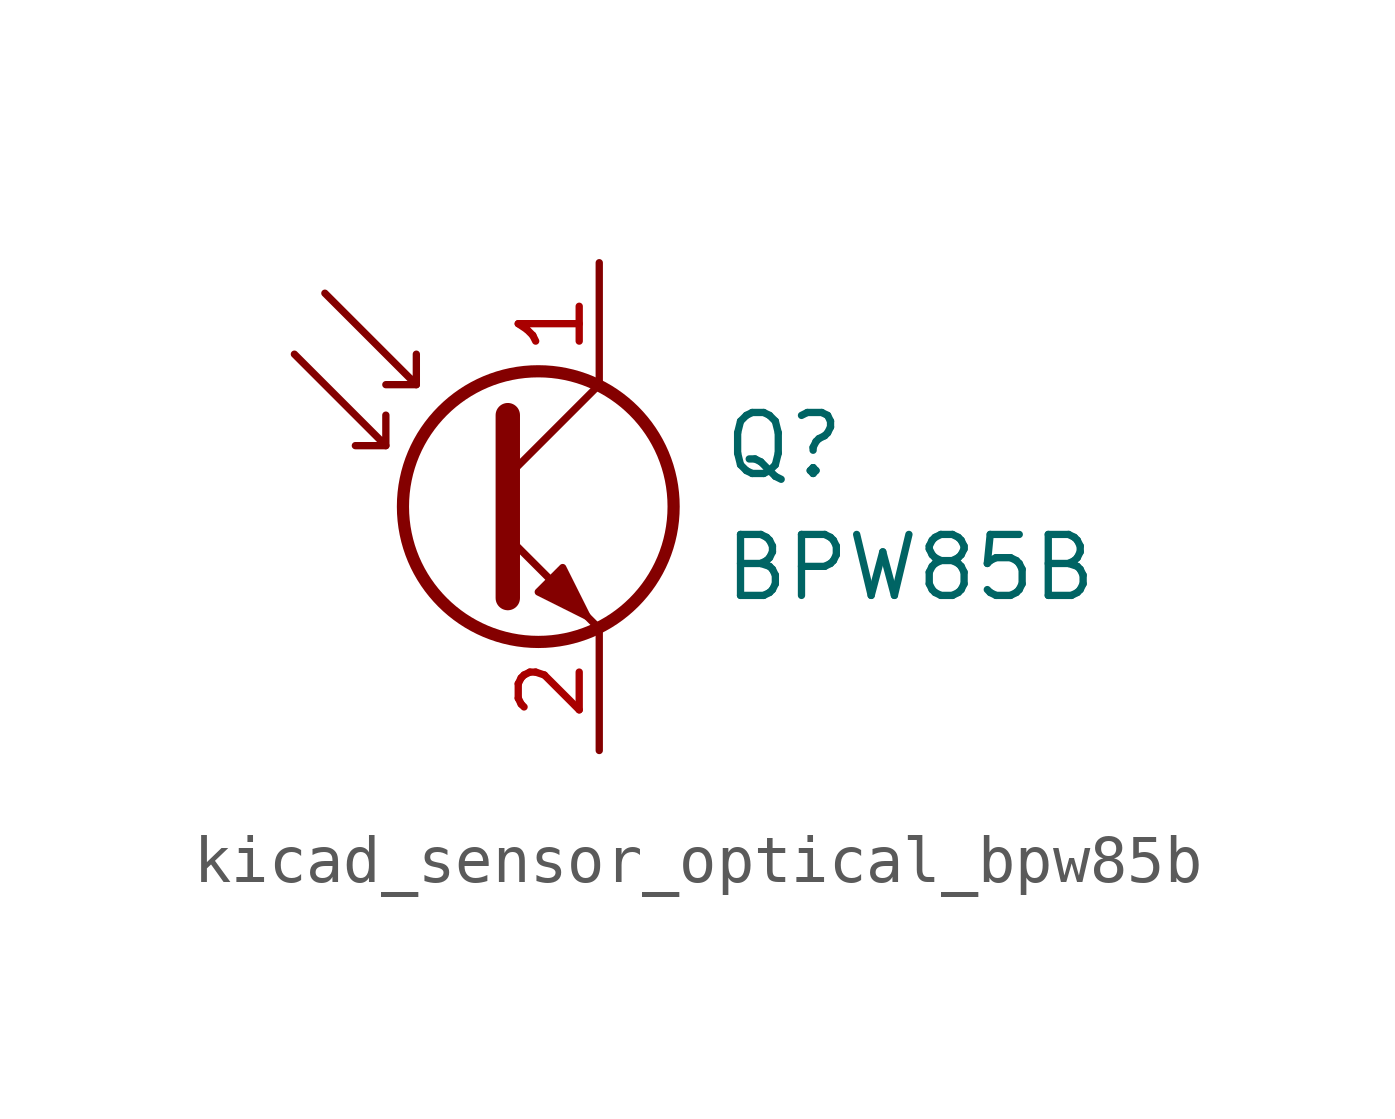
<source format=kicad_sym>
(kicad_symbol_lib
  (version 20220914)
  (generator kicad_symbol_editor)
  (symbol "kicad_sensor_optical_bpw85b"
    (pin_names
      (offset 0) hide)
    (property "Reference" "Q"
      (at 5.08 1.27 0)
      (effects (font (size 1.27 1.27)) (justify left)))
    (property "Value" "BPW85B"
      (at 5.08 -1.27 0)
      (effects (font (size 1.27 1.27)) (justify left)))
    (symbol "kicad_sensor_optical_bpw85b_0_1"
      (polyline (pts (xy -1.905 1.27) (xy -2.54 1.27)) (stroke (width 0) (type default)) (fill (type none)))
      (polyline (pts (xy -1.27 2.54) (xy -1.905 2.54)) (stroke (width 0) (type default)) (fill (type none)))
      (polyline (pts (xy 0.635 0.635) (xy 2.54 2.54)) (stroke (width 0) (type default)) (fill (type none)))
      (polyline (pts (xy -3.81 3.175) (xy -1.905 1.27) (xy -1.905 1.905)) (stroke (width 0) (type default)) (fill (type none)))
      (polyline (pts (xy -3.175 4.445) (xy -1.27 2.54) (xy -1.27 3.175)) (stroke (width 0) (type default)) (fill (type none)))
      (polyline (pts (xy 0.635 -0.635) (xy 2.54 -2.54) (xy 2.54 -2.54)) (stroke (width 0) (type default)) (fill (type none)))
      (polyline (pts (xy 0.635 1.905) (xy 0.635 -1.905) (xy 0.635 -1.905)) (stroke (width 0.508) (type default)) (fill (type none)))
      (polyline (pts (xy 1.27 -1.778) (xy 1.778 -1.27) (xy 2.286 -2.286) (xy 1.27 -1.778) (xy 1.27 -1.778)) (stroke (width 0) (type default)) (fill (type outline)))
      (circle (center 1.27 0) (radius 2.819) (stroke (width 0.254) (type default)) (fill (type none))))
    (symbol "kicad_sensor_optical_bpw85b_1_1"
      (pin passive line (at 2.54 5.08 270) (length 2.54) (name "C" (effects (font (size 1.27 1.27)))) (number "1" (effects (font (size 1.27 1.27)))))
      (pin passive line (at 2.54 -5.08 90) (length 2.54) (name "E" (effects (font (size 1.27 1.27)))) (number "2" (effects (font (size 1.27 1.27))))))))
</source>
